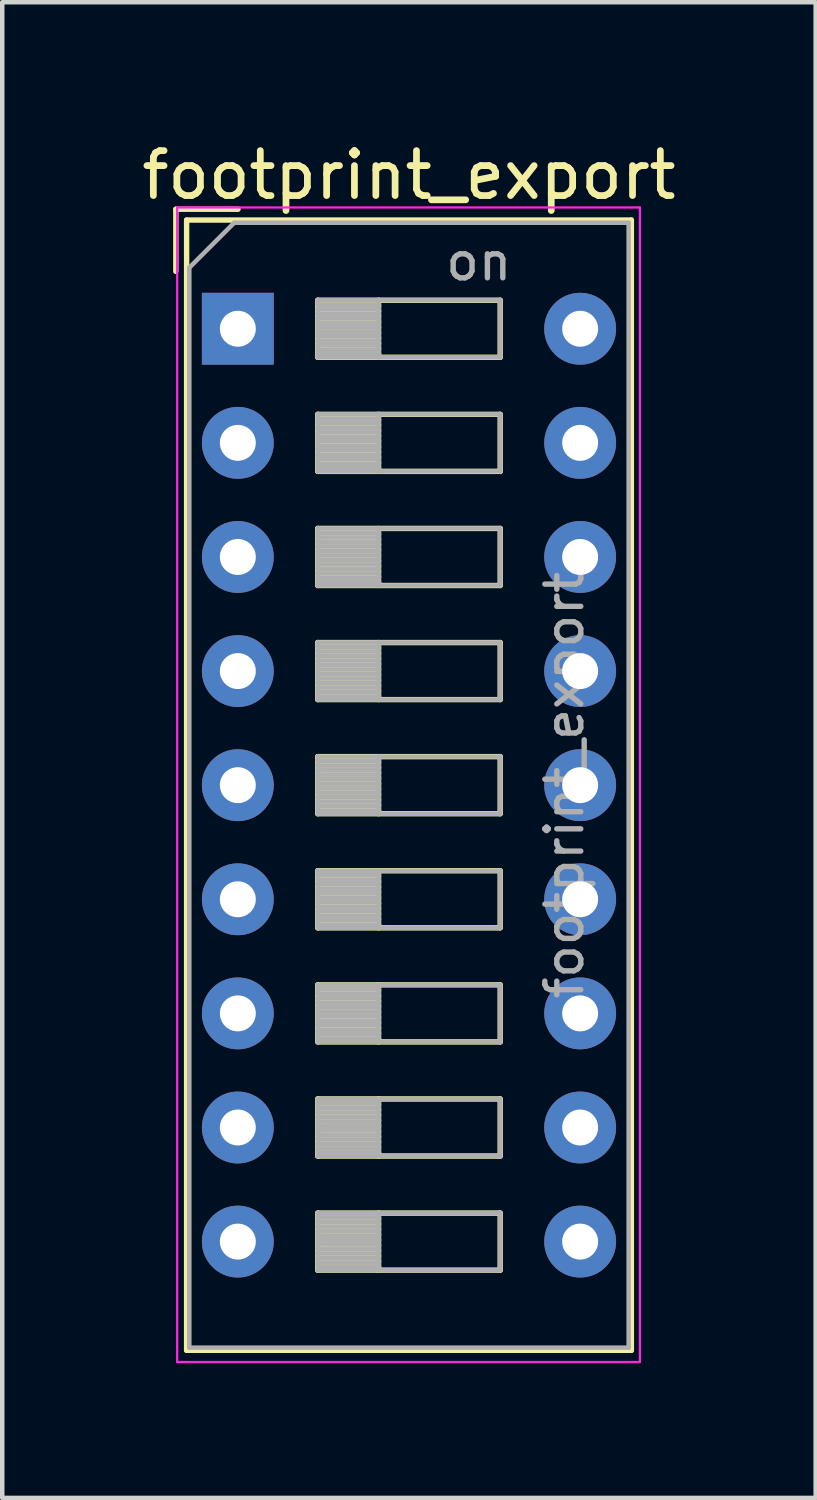
<source format=kicad_pcb>
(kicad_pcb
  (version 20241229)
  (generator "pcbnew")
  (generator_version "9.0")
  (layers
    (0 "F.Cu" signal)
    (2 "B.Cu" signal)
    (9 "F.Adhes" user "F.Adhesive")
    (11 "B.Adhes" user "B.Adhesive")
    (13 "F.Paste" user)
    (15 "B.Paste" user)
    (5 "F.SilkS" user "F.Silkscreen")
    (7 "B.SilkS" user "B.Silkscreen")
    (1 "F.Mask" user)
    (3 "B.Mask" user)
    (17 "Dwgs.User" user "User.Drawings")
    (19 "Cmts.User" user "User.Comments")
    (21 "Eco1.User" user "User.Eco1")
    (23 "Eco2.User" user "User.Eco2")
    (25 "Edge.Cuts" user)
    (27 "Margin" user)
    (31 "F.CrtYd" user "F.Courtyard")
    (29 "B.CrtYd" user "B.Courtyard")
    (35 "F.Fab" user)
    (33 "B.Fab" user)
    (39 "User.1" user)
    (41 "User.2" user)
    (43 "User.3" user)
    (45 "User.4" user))
  (footprint "footprint_export"
    (layer "F.Cu")
    (at 2.244 4.268)
    (property "Reference" "footprint_export" (at 3.81 -3.42 0) (layer "F.SilkS") (effects (font (size 1 1) (thickness 0.15))))
    (attr through_hole)
    (fp_line (start -1.38 -2.66) (end -1.38 -1.277) (stroke (width 0.12) (type solid)) (layer "F.SilkS"))
    (fp_line (start -1.38 -2.66) (end 0.004 -2.66) (stroke (width 0.12) (type solid)) (layer "F.SilkS"))
    (fp_line (start -1.14 -2.42) (end -1.14 22.74) (stroke (width 0.12) (type solid)) (layer "F.SilkS"))
    (fp_line (start -1.14 -2.42) (end 8.76 -2.42) (stroke (width 0.12) (type solid)) (layer "F.SilkS"))
    (fp_line (start -1.14 22.74) (end 8.76 22.74) (stroke (width 0.12) (type solid)) (layer "F.SilkS"))
    (fp_line (start 1.78 -0.635) (end 1.78 0.635) (stroke (width 0.12) (type solid)) (layer "F.SilkS"))
    (fp_line (start 1.78 -0.515) (end 3.133 -0.515) (stroke (width 0.12) (type solid)) (layer "F.SilkS"))
    (fp_line (start 1.78 -0.395) (end 3.133 -0.395) (stroke (width 0.12) (type solid)) (layer "F.SilkS"))
    (fp_line (start 1.78 -0.275) (end 3.133 -0.275) (stroke (width 0.12) (type solid)) (layer "F.SilkS"))
    (fp_line (start 1.78 -0.155) (end 3.133 -0.155) (stroke (width 0.12) (type solid)) (layer "F.SilkS"))
    (fp_line (start 1.78 -0.035) (end 3.133 -0.035) (stroke (width 0.12) (type solid)) (layer "F.SilkS"))
    (fp_line (start 1.78 0.085) (end 3.133 0.085) (stroke (width 0.12) (type solid)) (layer "F.SilkS"))
    (fp_line (start 1.78 0.205) (end 3.133 0.205) (stroke (width 0.12) (type solid)) (layer "F.SilkS"))
    (fp_line (start 1.78 0.325) (end 3.133 0.325) (stroke (width 0.12) (type solid)) (layer "F.SilkS"))
    (fp_line (start 1.78 0.445) (end 3.133 0.445) (stroke (width 0.12) (type solid)) (layer "F.SilkS"))
    (fp_line (start 1.78 0.565) (end 3.133 0.565) (stroke (width 0.12) (type solid)) (layer "F.SilkS"))
    (fp_line (start 1.78 0.635) (end 5.84 0.635) (stroke (width 0.12) (type solid)) (layer "F.SilkS"))
    (fp_line (start 1.78 1.905) (end 1.78 3.175) (stroke (width 0.12) (type solid)) (layer "F.SilkS"))
    (fp_line (start 1.78 2.025) (end 3.133 2.025) (stroke (width 0.12) (type solid)) (layer "F.SilkS"))
    (fp_line (start 1.78 2.145) (end 3.133 2.145) (stroke (width 0.12) (type solid)) (layer "F.SilkS"))
    (fp_line (start 1.78 2.265) (end 3.133 2.265) (stroke (width 0.12) (type solid)) (layer "F.SilkS"))
    (fp_line (start 1.78 2.385) (end 3.133 2.385) (stroke (width 0.12) (type solid)) (layer "F.SilkS"))
    (fp_line (start 1.78 2.505) (end 3.133 2.505) (stroke (width 0.12) (type solid)) (layer "F.SilkS"))
    (fp_line (start 1.78 2.625) (end 3.133 2.625) (stroke (width 0.12) (type solid)) (layer "F.SilkS"))
    (fp_line (start 1.78 2.745) (end 3.133 2.745) (stroke (width 0.12) (type solid)) (layer "F.SilkS"))
    (fp_line (start 1.78 2.865) (end 3.133 2.865) (stroke (width 0.12) (type solid)) (layer "F.SilkS"))
    (fp_line (start 1.78 2.985) (end 3.133 2.985) (stroke (width 0.12) (type solid)) (layer "F.SilkS"))
    (fp_line (start 1.78 3.105) (end 3.133 3.105) (stroke (width 0.12) (type solid)) (layer "F.SilkS"))
    (fp_line (start 1.78 3.175) (end 5.84 3.175) (stroke (width 0.12) (type solid)) (layer "F.SilkS"))
    (fp_line (start 1.78 4.445) (end 1.78 5.715) (stroke (width 0.12) (type solid)) (layer "F.SilkS"))
    (fp_line (start 1.78 4.565) (end 3.133 4.565) (stroke (width 0.12) (type solid)) (layer "F.SilkS"))
    (fp_line (start 1.78 4.685) (end 3.133 4.685) (stroke (width 0.12) (type solid)) (layer "F.SilkS"))
    (fp_line (start 1.78 4.805) (end 3.133 4.805) (stroke (width 0.12) (type solid)) (layer "F.SilkS"))
    (fp_line (start 1.78 4.925) (end 3.133 4.925) (stroke (width 0.12) (type solid)) (layer "F.SilkS"))
    (fp_line (start 1.78 5.045) (end 3.133 5.045) (stroke (width 0.12) (type solid)) (layer "F.SilkS"))
    (fp_line (start 1.78 5.165) (end 3.133 5.165) (stroke (width 0.12) (type solid)) (layer "F.SilkS"))
    (fp_line (start 1.78 5.285) (end 3.133 5.285) (stroke (width 0.12) (type solid)) (layer "F.SilkS"))
    (fp_line (start 1.78 5.405) (end 3.133 5.405) (stroke (width 0.12) (type solid)) (layer "F.SilkS"))
    (fp_line (start 1.78 5.525) (end 3.133 5.525) (stroke (width 0.12) (type solid)) (layer "F.SilkS"))
    (fp_line (start 1.78 5.645) (end 3.133 5.645) (stroke (width 0.12) (type solid)) (layer "F.SilkS"))
    (fp_line (start 1.78 5.715) (end 5.84 5.715) (stroke (width 0.12) (type solid)) (layer "F.SilkS"))
    (fp_line (start 1.78 6.985) (end 1.78 8.255) (stroke (width 0.12) (type solid)) (layer "F.SilkS"))
    (fp_line (start 1.78 7.105) (end 3.133 7.105) (stroke (width 0.12) (type solid)) (layer "F.SilkS"))
    (fp_line (start 1.78 7.225) (end 3.133 7.225) (stroke (width 0.12) (type solid)) (layer "F.SilkS"))
    (fp_line (start 1.78 7.345) (end 3.133 7.345) (stroke (width 0.12) (type solid)) (layer "F.SilkS"))
    (fp_line (start 1.78 7.465) (end 3.133 7.465) (stroke (width 0.12) (type solid)) (layer "F.SilkS"))
    (fp_line (start 1.78 7.585) (end 3.133 7.585) (stroke (width 0.12) (type solid)) (layer "F.SilkS"))
    (fp_line (start 1.78 7.705) (end 3.133 7.705) (stroke (width 0.12) (type solid)) (layer "F.SilkS"))
    (fp_line (start 1.78 7.825) (end 3.133 7.825) (stroke (width 0.12) (type solid)) (layer "F.SilkS"))
    (fp_line (start 1.78 7.945) (end 3.133 7.945) (stroke (width 0.12) (type solid)) (layer "F.SilkS"))
    (fp_line (start 1.78 8.065) (end 3.133 8.065) (stroke (width 0.12) (type solid)) (layer "F.SilkS"))
    (fp_line (start 1.78 8.185) (end 3.133 8.185) (stroke (width 0.12) (type solid)) (layer "F.SilkS"))
    (fp_line (start 1.78 8.255) (end 5.84 8.255) (stroke (width 0.12) (type solid)) (layer "F.SilkS"))
    (fp_line (start 1.78 9.525) (end 1.78 10.795) (stroke (width 0.12) (type solid)) (layer "F.SilkS"))
    (fp_line (start 1.78 9.645) (end 3.133 9.645) (stroke (width 0.12) (type solid)) (layer "F.SilkS"))
    (fp_line (start 1.78 9.765) (end 3.133 9.765) (stroke (width 0.12) (type solid)) (layer "F.SilkS"))
    (fp_line (start 1.78 9.885) (end 3.133 9.885) (stroke (width 0.12) (type solid)) (layer "F.SilkS"))
    (fp_line (start 1.78 10.005) (end 3.133 10.005) (stroke (width 0.12) (type solid)) (layer "F.SilkS"))
    (fp_line (start 1.78 10.125) (end 3.133 10.125) (stroke (width 0.12) (type solid)) (layer "F.SilkS"))
    (fp_line (start 1.78 10.245) (end 3.133 10.245) (stroke (width 0.12) (type solid)) (layer "F.SilkS"))
    (fp_line (start 1.78 10.365) (end 3.133 10.365) (stroke (width 0.12) (type solid)) (layer "F.SilkS"))
    (fp_line (start 1.78 10.485) (end 3.133 10.485) (stroke (width 0.12) (type solid)) (layer "F.SilkS"))
    (fp_line (start 1.78 10.605) (end 3.133 10.605) (stroke (width 0.12) (type solid)) (layer "F.SilkS"))
    (fp_line (start 1.78 10.725) (end 3.133 10.725) (stroke (width 0.12) (type solid)) (layer "F.SilkS"))
    (fp_line (start 1.78 10.795) (end 5.84 10.795) (stroke (width 0.12) (type solid)) (layer "F.SilkS"))
    (fp_line (start 1.78 12.065) (end 1.78 13.335) (stroke (width 0.12) (type solid)) (layer "F.SilkS"))
    (fp_line (start 1.78 12.185) (end 3.133 12.185) (stroke (width 0.12) (type solid)) (layer "F.SilkS"))
    (fp_line (start 1.78 12.305) (end 3.133 12.305) (stroke (width 0.12) (type solid)) (layer "F.SilkS"))
    (fp_line (start 1.78 12.425) (end 3.133 12.425) (stroke (width 0.12) (type solid)) (layer "F.SilkS"))
    (fp_line (start 1.78 12.545) (end 3.133 12.545) (stroke (width 0.12) (type solid)) (layer "F.SilkS"))
    (fp_line (start 1.78 12.665) (end 3.133 12.665) (stroke (width 0.12) (type solid)) (layer "F.SilkS"))
    (fp_line (start 1.78 12.785) (end 3.133 12.785) (stroke (width 0.12) (type solid)) (layer "F.SilkS"))
    (fp_line (start 1.78 12.905) (end 3.133 12.905) (stroke (width 0.12) (type solid)) (layer "F.SilkS"))
    (fp_line (start 1.78 13.025) (end 3.133 13.025) (stroke (width 0.12) (type solid)) (layer "F.SilkS"))
    (fp_line (start 1.78 13.145) (end 3.133 13.145) (stroke (width 0.12) (type solid)) (layer "F.SilkS"))
    (fp_line (start 1.78 13.265) (end 3.133 13.265) (stroke (width 0.12) (type solid)) (layer "F.SilkS"))
    (fp_line (start 1.78 13.335) (end 5.84 13.335) (stroke (width 0.12) (type solid)) (layer "F.SilkS"))
    (fp_line (start 1.78 14.605) (end 1.78 15.875) (stroke (width 0.12) (type solid)) (layer "F.SilkS"))
    (fp_line (start 1.78 14.725) (end 3.133 14.725) (stroke (width 0.12) (type solid)) (layer "F.SilkS"))
    (fp_line (start 1.78 14.845) (end 3.133 14.845) (stroke (width 0.12) (type solid)) (layer "F.SilkS"))
    (fp_line (start 1.78 14.965) (end 3.133 14.965) (stroke (width 0.12) (type solid)) (layer "F.SilkS"))
    (fp_line (start 1.78 15.085) (end 3.133 15.085) (stroke (width 0.12) (type solid)) (layer "F.SilkS"))
    (fp_line (start 1.78 15.205) (end 3.133 15.205) (stroke (width 0.12) (type solid)) (layer "F.SilkS"))
    (fp_line (start 1.78 15.325) (end 3.133 15.325) (stroke (width 0.12) (type solid)) (layer "F.SilkS"))
    (fp_line (start 1.78 15.445) (end 3.133 15.445) (stroke (width 0.12) (type solid)) (layer "F.SilkS"))
    (fp_line (start 1.78 15.565) (end 3.133 15.565) (stroke (width 0.12) (type solid)) (layer "F.SilkS"))
    (fp_line (start 1.78 15.685) (end 3.133 15.685) (stroke (width 0.12) (type solid)) (layer "F.SilkS"))
    (fp_line (start 1.78 15.805) (end 3.133 15.805) (stroke (width 0.12) (type solid)) (layer "F.SilkS"))
    (fp_line (start 1.78 15.875) (end 5.84 15.875) (stroke (width 0.12) (type solid)) (layer "F.SilkS"))
    (fp_line (start 1.78 17.145) (end 1.78 18.415) (stroke (width 0.12) (type solid)) (layer "F.SilkS"))
    (fp_line (start 1.78 17.265) (end 3.133 17.265) (stroke (width 0.12) (type solid)) (layer "F.SilkS"))
    (fp_line (start 1.78 17.385) (end 3.133 17.385) (stroke (width 0.12) (type solid)) (layer "F.SilkS"))
    (fp_line (start 1.78 17.505) (end 3.133 17.505) (stroke (width 0.12) (type solid)) (layer "F.SilkS"))
    (fp_line (start 1.78 17.625) (end 3.133 17.625) (stroke (width 0.12) (type solid)) (layer "F.SilkS"))
    (fp_line (start 1.78 17.745) (end 3.133 17.745) (stroke (width 0.12) (type solid)) (layer "F.SilkS"))
    (fp_line (start 1.78 17.865) (end 3.133 17.865) (stroke (width 0.12) (type solid)) (layer "F.SilkS"))
    (fp_line (start 1.78 17.985) (end 3.133 17.985) (stroke (width 0.12) (type solid)) (layer "F.SilkS"))
    (fp_line (start 1.78 18.105) (end 3.133 18.105) (stroke (width 0.12) (type solid)) (layer "F.SilkS"))
    (fp_line (start 1.78 18.225) (end 3.133 18.225) (stroke (width 0.12) (type solid)) (layer "F.SilkS"))
    (fp_line (start 1.78 18.345) (end 3.133 18.345) (stroke (width 0.12) (type solid)) (layer "F.SilkS"))
    (fp_line (start 1.78 18.415) (end 5.84 18.415) (stroke (width 0.12) (type solid)) (layer "F.SilkS"))
    (fp_line (start 1.78 19.685) (end 1.78 20.955) (stroke (width 0.12) (type solid)) (layer "F.SilkS"))
    (fp_line (start 1.78 19.805) (end 3.133 19.805) (stroke (width 0.12) (type solid)) (layer "F.SilkS"))
    (fp_line (start 1.78 19.925) (end 3.133 19.925) (stroke (width 0.12) (type solid)) (layer "F.SilkS"))
    (fp_line (start 1.78 20.045) (end 3.133 20.045) (stroke (width 0.12) (type solid)) (layer "F.SilkS"))
    (fp_line (start 1.78 20.165) (end 3.133 20.165) (stroke (width 0.12) (type solid)) (layer "F.SilkS"))
    (fp_line (start 1.78 20.285) (end 3.133 20.285) (stroke (width 0.12) (type solid)) (layer "F.SilkS"))
    (fp_line (start 1.78 20.405) (end 3.133 20.405) (stroke (width 0.12) (type solid)) (layer "F.SilkS"))
    (fp_line (start 1.78 20.525) (end 3.133 20.525) (stroke (width 0.12) (type solid)) (layer "F.SilkS"))
    (fp_line (start 1.78 20.645) (end 3.133 20.645) (stroke (width 0.12) (type solid)) (layer "F.SilkS"))
    (fp_line (start 1.78 20.765) (end 3.133 20.765) (stroke (width 0.12) (type solid)) (layer "F.SilkS"))
    (fp_line (start 1.78 20.885) (end 3.133 20.885) (stroke (width 0.12) (type solid)) (layer "F.SilkS"))
    (fp_line (start 1.78 20.955) (end 5.84 20.955) (stroke (width 0.12) (type solid)) (layer "F.SilkS"))
    (fp_line (start 3.133 -0.635) (end 3.133 0.635) (stroke (width 0.12) (type solid)) (layer "F.SilkS"))
    (fp_line (start 3.133 1.905) (end 3.133 3.175) (stroke (width 0.12) (type solid)) (layer "F.SilkS"))
    (fp_line (start 3.133 4.445) (end 3.133 5.715) (stroke (width 0.12) (type solid)) (layer "F.SilkS"))
    (fp_line (start 3.133 6.985) (end 3.133 8.255) (stroke (width 0.12) (type solid)) (layer "F.SilkS"))
    (fp_line (start 3.133 9.525) (end 3.133 10.795) (stroke (width 0.12) (type solid)) (layer "F.SilkS"))
    (fp_line (start 3.133 12.065) (end 3.133 13.335) (stroke (width 0.12) (type solid)) (layer "F.SilkS"))
    (fp_line (start 3.133 14.605) (end 3.133 15.875) (stroke (width 0.12) (type solid)) (layer "F.SilkS"))
    (fp_line (start 3.133 17.145) (end 3.133 18.415) (stroke (width 0.12) (type solid)) (layer "F.SilkS"))
    (fp_line (start 3.133 19.685) (end 3.133 20.955) (stroke (width 0.12) (type solid)) (layer "F.SilkS"))
    (fp_line (start 5.84 -0.635) (end 1.78 -0.635) (stroke (width 0.12) (type solid)) (layer "F.SilkS"))
    (fp_line (start 5.84 0.635) (end 5.84 -0.635) (stroke (width 0.12) (type solid)) (layer "F.SilkS"))
    (fp_line (start 5.84 1.905) (end 1.78 1.905) (stroke (width 0.12) (type solid)) (layer "F.SilkS"))
    (fp_line (start 5.84 3.175) (end 5.84 1.905) (stroke (width 0.12) (type solid)) (layer "F.SilkS"))
    (fp_line (start 5.84 4.445) (end 1.78 4.445) (stroke (width 0.12) (type solid)) (layer "F.SilkS"))
    (fp_line (start 5.84 5.715) (end 5.84 4.445) (stroke (width 0.12) (type solid)) (layer "F.SilkS"))
    (fp_line (start 5.84 6.985) (end 1.78 6.985) (stroke (width 0.12) (type solid)) (layer "F.SilkS"))
    (fp_line (start 5.84 8.255) (end 5.84 6.985) (stroke (width 0.12) (type solid)) (layer "F.SilkS"))
    (fp_line (start 5.84 9.525) (end 1.78 9.525) (stroke (width 0.12) (type solid)) (layer "F.SilkS"))
    (fp_line (start 5.84 10.795) (end 5.84 9.525) (stroke (width 0.12) (type solid)) (layer "F.SilkS"))
    (fp_line (start 5.84 12.065) (end 1.78 12.065) (stroke (width 0.12) (type solid)) (layer "F.SilkS"))
    (fp_line (start 5.84 13.335) (end 5.84 12.065) (stroke (width 0.12) (type solid)) (layer "F.SilkS"))
    (fp_line (start 5.84 14.605) (end 1.78 14.605) (stroke (width 0.12) (type solid)) (layer "F.SilkS"))
    (fp_line (start 5.84 15.875) (end 5.84 14.605) (stroke (width 0.12) (type solid)) (layer "F.SilkS"))
    (fp_line (start 5.84 17.145) (end 1.78 17.145) (stroke (width 0.12) (type solid)) (layer "F.SilkS"))
    (fp_line (start 5.84 18.415) (end 5.84 17.145) (stroke (width 0.12) (type solid)) (layer "F.SilkS"))
    (fp_line (start 5.84 19.685) (end 1.78 19.685) (stroke (width 0.12) (type solid)) (layer "F.SilkS"))
    (fp_line (start 5.84 20.955) (end 5.84 19.685) (stroke (width 0.12) (type solid)) (layer "F.SilkS"))
    (fp_line (start 8.76 -2.42) (end 8.76 22.74) (stroke (width 0.12) (type solid)) (layer "F.SilkS"))
    (fp_line (start -1.35 -2.7) (end -1.35 23) (stroke (width 0.05) (type solid)) (layer "F.CrtYd"))
    (fp_line (start -1.35 23) (end 8.95 23) (stroke (width 0.05) (type solid)) (layer "F.CrtYd"))
    (fp_line (start 8.95 -2.7) (end -1.35 -2.7) (stroke (width 0.05) (type solid)) (layer "F.CrtYd"))
    (fp_line (start 8.95 23) (end 8.95 -2.7) (stroke (width 0.05) (type solid)) (layer "F.CrtYd"))
    (fp_line (start -1.08 -1.36) (end -0.08 -2.36) (stroke (width 0.1) (type solid)) (layer "F.Fab"))
    (fp_line (start -1.08 22.68) (end -1.08 -1.36) (stroke (width 0.1) (type solid)) (layer "F.Fab"))
    (fp_line (start -0.08 -2.36) (end 8.7 -2.36) (stroke (width 0.1) (type solid)) (layer "F.Fab"))
    (fp_line (start 1.78 -0.635) (end 1.78 0.635) (stroke (width 0.1) (type solid)) (layer "F.Fab"))
    (fp_line (start 1.78 -0.535) (end 3.133 -0.535) (stroke (width 0.1) (type solid)) (layer "F.Fab"))
    (fp_line (start 1.78 -0.435) (end 3.133 -0.435) (stroke (width 0.1) (type solid)) (layer "F.Fab"))
    (fp_line (start 1.78 -0.335) (end 3.133 -0.335) (stroke (width 0.1) (type solid)) (layer "F.Fab"))
    (fp_line (start 1.78 -0.235) (end 3.133 -0.235) (stroke (width 0.1) (type solid)) (layer "F.Fab"))
    (fp_line (start 1.78 -0.135) (end 3.133 -0.135) (stroke (width 0.1) (type solid)) (layer "F.Fab"))
    (fp_line (start 1.78 -0.035) (end 3.133 -0.035) (stroke (width 0.1) (type solid)) (layer "F.Fab"))
    (fp_line (start 1.78 0.065) (end 3.133 0.065) (stroke (width 0.1) (type solid)) (layer "F.Fab"))
    (fp_line (start 1.78 0.165) (end 3.133 0.165) (stroke (width 0.1) (type solid)) (layer "F.Fab"))
    (fp_line (start 1.78 0.265) (end 3.133 0.265) (stroke (width 0.1) (type solid)) (layer "F.Fab"))
    (fp_line (start 1.78 0.365) (end 3.133 0.365) (stroke (width 0.1) (type solid)) (layer "F.Fab"))
    (fp_line (start 1.78 0.465) (end 3.133 0.465) (stroke (width 0.1) (type solid)) (layer "F.Fab"))
    (fp_line (start 1.78 0.565) (end 3.133 0.565) (stroke (width 0.1) (type solid)) (layer "F.Fab"))
    (fp_line (start 1.78 0.635) (end 5.84 0.635) (stroke (width 0.1) (type solid)) (layer "F.Fab"))
    (fp_line (start 1.78 1.905) (end 1.78 3.175) (stroke (width 0.1) (type solid)) (layer "F.Fab"))
    (fp_line (start 1.78 2.005) (end 3.133 2.005) (stroke (width 0.1) (type solid)) (layer "F.Fab"))
    (fp_line (start 1.78 2.105) (end 3.133 2.105) (stroke (width 0.1) (type solid)) (layer "F.Fab"))
    (fp_line (start 1.78 2.205) (end 3.133 2.205) (stroke (width 0.1) (type solid)) (layer "F.Fab"))
    (fp_line (start 1.78 2.305) (end 3.133 2.305) (stroke (width 0.1) (type solid)) (layer "F.Fab"))
    (fp_line (start 1.78 2.405) (end 3.133 2.405) (stroke (width 0.1) (type solid)) (layer "F.Fab"))
    (fp_line (start 1.78 2.505) (end 3.133 2.505) (stroke (width 0.1) (type solid)) (layer "F.Fab"))
    (fp_line (start 1.78 2.605) (end 3.133 2.605) (stroke (width 0.1) (type solid)) (layer "F.Fab"))
    (fp_line (start 1.78 2.705) (end 3.133 2.705) (stroke (width 0.1) (type solid)) (layer "F.Fab"))
    (fp_line (start 1.78 2.805) (end 3.133 2.805) (stroke (width 0.1) (type solid)) (layer "F.Fab"))
    (fp_line (start 1.78 2.905) (end 3.133 2.905) (stroke (width 0.1) (type solid)) (layer "F.Fab"))
    (fp_line (start 1.78 3.005) (end 3.133 3.005) (stroke (width 0.1) (type solid)) (layer "F.Fab"))
    (fp_line (start 1.78 3.105) (end 3.133 3.105) (stroke (width 0.1) (type solid)) (layer "F.Fab"))
    (fp_line (start 1.78 3.175) (end 5.84 3.175) (stroke (width 0.1) (type solid)) (layer "F.Fab"))
    (fp_line (start 1.78 4.445) (end 1.78 5.715) (stroke (width 0.1) (type solid)) (layer "F.Fab"))
    (fp_line (start 1.78 4.545) (end 3.133 4.545) (stroke (width 0.1) (type solid)) (layer "F.Fab"))
    (fp_line (start 1.78 4.645) (end 3.133 4.645) (stroke (width 0.1) (type solid)) (layer "F.Fab"))
    (fp_line (start 1.78 4.745) (end 3.133 4.745) (stroke (width 0.1) (type solid)) (layer "F.Fab"))
    (fp_line (start 1.78 4.845) (end 3.133 4.845) (stroke (width 0.1) (type solid)) (layer "F.Fab"))
    (fp_line (start 1.78 4.945) (end 3.133 4.945) (stroke (width 0.1) (type solid)) (layer "F.Fab"))
    (fp_line (start 1.78 5.045) (end 3.133 5.045) (stroke (width 0.1) (type solid)) (layer "F.Fab"))
    (fp_line (start 1.78 5.145) (end 3.133 5.145) (stroke (width 0.1) (type solid)) (layer "F.Fab"))
    (fp_line (start 1.78 5.245) (end 3.133 5.245) (stroke (width 0.1) (type solid)) (layer "F.Fab"))
    (fp_line (start 1.78 5.345) (end 3.133 5.345) (stroke (width 0.1) (type solid)) (layer "F.Fab"))
    (fp_line (start 1.78 5.445) (end 3.133 5.445) (stroke (width 0.1) (type solid)) (layer "F.Fab"))
    (fp_line (start 1.78 5.545) (end 3.133 5.545) (stroke (width 0.1) (type solid)) (layer "F.Fab"))
    (fp_line (start 1.78 5.645) (end 3.133 5.645) (stroke (width 0.1) (type solid)) (layer "F.Fab"))
    (fp_line (start 1.78 5.715) (end 5.84 5.715) (stroke (width 0.1) (type solid)) (layer "F.Fab"))
    (fp_line (start 1.78 6.985) (end 1.78 8.255) (stroke (width 0.1) (type solid)) (layer "F.Fab"))
    (fp_line (start 1.78 7.085) (end 3.133 7.085) (stroke (width 0.1) (type solid)) (layer "F.Fab"))
    (fp_line (start 1.78 7.185) (end 3.133 7.185) (stroke (width 0.1) (type solid)) (layer "F.Fab"))
    (fp_line (start 1.78 7.285) (end 3.133 7.285) (stroke (width 0.1) (type solid)) (layer "F.Fab"))
    (fp_line (start 1.78 7.385) (end 3.133 7.385) (stroke (width 0.1) (type solid)) (layer "F.Fab"))
    (fp_line (start 1.78 7.485) (end 3.133 7.485) (stroke (width 0.1) (type solid)) (layer "F.Fab"))
    (fp_line (start 1.78 7.585) (end 3.133 7.585) (stroke (width 0.1) (type solid)) (layer "F.Fab"))
    (fp_line (start 1.78 7.685) (end 3.133 7.685) (stroke (width 0.1) (type solid)) (layer "F.Fab"))
    (fp_line (start 1.78 7.785) (end 3.133 7.785) (stroke (width 0.1) (type solid)) (layer "F.Fab"))
    (fp_line (start 1.78 7.885) (end 3.133 7.885) (stroke (width 0.1) (type solid)) (layer "F.Fab"))
    (fp_line (start 1.78 7.985) (end 3.133 7.985) (stroke (width 0.1) (type solid)) (layer "F.Fab"))
    (fp_line (start 1.78 8.085) (end 3.133 8.085) (stroke (width 0.1) (type solid)) (layer "F.Fab"))
    (fp_line (start 1.78 8.185) (end 3.133 8.185) (stroke (width 0.1) (type solid)) (layer "F.Fab"))
    (fp_line (start 1.78 8.255) (end 5.84 8.255) (stroke (width 0.1) (type solid)) (layer "F.Fab"))
    (fp_line (start 1.78 9.525) (end 1.78 10.795) (stroke (width 0.1) (type solid)) (layer "F.Fab"))
    (fp_line (start 1.78 9.625) (end 3.133 9.625) (stroke (width 0.1) (type solid)) (layer "F.Fab"))
    (fp_line (start 1.78 9.725) (end 3.133 9.725) (stroke (width 0.1) (type solid)) (layer "F.Fab"))
    (fp_line (start 1.78 9.825) (end 3.133 9.825) (stroke (width 0.1) (type solid)) (layer "F.Fab"))
    (fp_line (start 1.78 9.925) (end 3.133 9.925) (stroke (width 0.1) (type solid)) (layer "F.Fab"))
    (fp_line (start 1.78 10.025) (end 3.133 10.025) (stroke (width 0.1) (type solid)) (layer "F.Fab"))
    (fp_line (start 1.78 10.125) (end 3.133 10.125) (stroke (width 0.1) (type solid)) (layer "F.Fab"))
    (fp_line (start 1.78 10.225) (end 3.133 10.225) (stroke (width 0.1) (type solid)) (layer "F.Fab"))
    (fp_line (start 1.78 10.325) (end 3.133 10.325) (stroke (width 0.1) (type solid)) (layer "F.Fab"))
    (fp_line (start 1.78 10.425) (end 3.133 10.425) (stroke (width 0.1) (type solid)) (layer "F.Fab"))
    (fp_line (start 1.78 10.525) (end 3.133 10.525) (stroke (width 0.1) (type solid)) (layer "F.Fab"))
    (fp_line (start 1.78 10.625) (end 3.133 10.625) (stroke (width 0.1) (type solid)) (layer "F.Fab"))
    (fp_line (start 1.78 10.725) (end 3.133 10.725) (stroke (width 0.1) (type solid)) (layer "F.Fab"))
    (fp_line (start 1.78 10.795) (end 5.84 10.795) (stroke (width 0.1) (type solid)) (layer "F.Fab"))
    (fp_line (start 1.78 12.065) (end 1.78 13.335) (stroke (width 0.1) (type solid)) (layer "F.Fab"))
    (fp_line (start 1.78 12.165) (end 3.133 12.165) (stroke (width 0.1) (type solid)) (layer "F.Fab"))
    (fp_line (start 1.78 12.265) (end 3.133 12.265) (stroke (width 0.1) (type solid)) (layer "F.Fab"))
    (fp_line (start 1.78 12.365) (end 3.133 12.365) (stroke (width 0.1) (type solid)) (layer "F.Fab"))
    (fp_line (start 1.78 12.465) (end 3.133 12.465) (stroke (width 0.1) (type solid)) (layer "F.Fab"))
    (fp_line (start 1.78 12.565) (end 3.133 12.565) (stroke (width 0.1) (type solid)) (layer "F.Fab"))
    (fp_line (start 1.78 12.665) (end 3.133 12.665) (stroke (width 0.1) (type solid)) (layer "F.Fab"))
    (fp_line (start 1.78 12.765) (end 3.133 12.765) (stroke (width 0.1) (type solid)) (layer "F.Fab"))
    (fp_line (start 1.78 12.865) (end 3.133 12.865) (stroke (width 0.1) (type solid)) (layer "F.Fab"))
    (fp_line (start 1.78 12.965) (end 3.133 12.965) (stroke (width 0.1) (type solid)) (layer "F.Fab"))
    (fp_line (start 1.78 13.065) (end 3.133 13.065) (stroke (width 0.1) (type solid)) (layer "F.Fab"))
    (fp_line (start 1.78 13.165) (end 3.133 13.165) (stroke (width 0.1) (type solid)) (layer "F.Fab"))
    (fp_line (start 1.78 13.265) (end 3.133 13.265) (stroke (width 0.1) (type solid)) (layer "F.Fab"))
    (fp_line (start 1.78 13.335) (end 5.84 13.335) (stroke (width 0.1) (type solid)) (layer "F.Fab"))
    (fp_line (start 1.78 14.605) (end 1.78 15.875) (stroke (width 0.1) (type solid)) (layer "F.Fab"))
    (fp_line (start 1.78 14.705) (end 3.133 14.705) (stroke (width 0.1) (type solid)) (layer "F.Fab"))
    (fp_line (start 1.78 14.805) (end 3.133 14.805) (stroke (width 0.1) (type solid)) (layer "F.Fab"))
    (fp_line (start 1.78 14.905) (end 3.133 14.905) (stroke (width 0.1) (type solid)) (layer "F.Fab"))
    (fp_line (start 1.78 15.005) (end 3.133 15.005) (stroke (width 0.1) (type solid)) (layer "F.Fab"))
    (fp_line (start 1.78 15.105) (end 3.133 15.105) (stroke (width 0.1) (type solid)) (layer "F.Fab"))
    (fp_line (start 1.78 15.205) (end 3.133 15.205) (stroke (width 0.1) (type solid)) (layer "F.Fab"))
    (fp_line (start 1.78 15.305) (end 3.133 15.305) (stroke (width 0.1) (type solid)) (layer "F.Fab"))
    (fp_line (start 1.78 15.405) (end 3.133 15.405) (stroke (width 0.1) (type solid)) (layer "F.Fab"))
    (fp_line (start 1.78 15.505) (end 3.133 15.505) (stroke (width 0.1) (type solid)) (layer "F.Fab"))
    (fp_line (start 1.78 15.605) (end 3.133 15.605) (stroke (width 0.1) (type solid)) (layer "F.Fab"))
    (fp_line (start 1.78 15.705) (end 3.133 15.705) (stroke (width 0.1) (type solid)) (layer "F.Fab"))
    (fp_line (start 1.78 15.805) (end 3.133 15.805) (stroke (width 0.1) (type solid)) (layer "F.Fab"))
    (fp_line (start 1.78 15.875) (end 5.84 15.875) (stroke (width 0.1) (type solid)) (layer "F.Fab"))
    (fp_line (start 1.78 17.145) (end 1.78 18.415) (stroke (width 0.1) (type solid)) (layer "F.Fab"))
    (fp_line (start 1.78 17.245) (end 3.133 17.245) (stroke (width 0.1) (type solid)) (layer "F.Fab"))
    (fp_line (start 1.78 17.345) (end 3.133 17.345) (stroke (width 0.1) (type solid)) (layer "F.Fab"))
    (fp_line (start 1.78 17.445) (end 3.133 17.445) (stroke (width 0.1) (type solid)) (layer "F.Fab"))
    (fp_line (start 1.78 17.545) (end 3.133 17.545) (stroke (width 0.1) (type solid)) (layer "F.Fab"))
    (fp_line (start 1.78 17.645) (end 3.133 17.645) (stroke (width 0.1) (type solid)) (layer "F.Fab"))
    (fp_line (start 1.78 17.745) (end 3.133 17.745) (stroke (width 0.1) (type solid)) (layer "F.Fab"))
    (fp_line (start 1.78 17.845) (end 3.133 17.845) (stroke (width 0.1) (type solid)) (layer "F.Fab"))
    (fp_line (start 1.78 17.945) (end 3.133 17.945) (stroke (width 0.1) (type solid)) (layer "F.Fab"))
    (fp_line (start 1.78 18.045) (end 3.133 18.045) (stroke (width 0.1) (type solid)) (layer "F.Fab"))
    (fp_line (start 1.78 18.145) (end 3.133 18.145) (stroke (width 0.1) (type solid)) (layer "F.Fab"))
    (fp_line (start 1.78 18.245) (end 3.133 18.245) (stroke (width 0.1) (type solid)) (layer "F.Fab"))
    (fp_line (start 1.78 18.345) (end 3.133 18.345) (stroke (width 0.1) (type solid)) (layer "F.Fab"))
    (fp_line (start 1.78 18.415) (end 5.84 18.415) (stroke (width 0.1) (type solid)) (layer "F.Fab"))
    (fp_line (start 1.78 19.685) (end 1.78 20.955) (stroke (width 0.1) (type solid)) (layer "F.Fab"))
    (fp_line (start 1.78 19.785) (end 3.133 19.785) (stroke (width 0.1) (type solid)) (layer "F.Fab"))
    (fp_line (start 1.78 19.885) (end 3.133 19.885) (stroke (width 0.1) (type solid)) (layer "F.Fab"))
    (fp_line (start 1.78 19.985) (end 3.133 19.985) (stroke (width 0.1) (type solid)) (layer "F.Fab"))
    (fp_line (start 1.78 20.085) (end 3.133 20.085) (stroke (width 0.1) (type solid)) (layer "F.Fab"))
    (fp_line (start 1.78 20.185) (end 3.133 20.185) (stroke (width 0.1) (type solid)) (layer "F.Fab"))
    (fp_line (start 1.78 20.285) (end 3.133 20.285) (stroke (width 0.1) (type solid)) (layer "F.Fab"))
    (fp_line (start 1.78 20.385) (end 3.133 20.385) (stroke (width 0.1) (type solid)) (layer "F.Fab"))
    (fp_line (start 1.78 20.485) (end 3.133 20.485) (stroke (width 0.1) (type solid)) (layer "F.Fab"))
    (fp_line (start 1.78 20.585) (end 3.133 20.585) (stroke (width 0.1) (type solid)) (layer "F.Fab"))
    (fp_line (start 1.78 20.685) (end 3.133 20.685) (stroke (width 0.1) (type solid)) (layer "F.Fab"))
    (fp_line (start 1.78 20.785) (end 3.133 20.785) (stroke (width 0.1) (type solid)) (layer "F.Fab"))
    (fp_line (start 1.78 20.885) (end 3.133 20.885) (stroke (width 0.1) (type solid)) (layer "F.Fab"))
    (fp_line (start 1.78 20.955) (end 5.84 20.955) (stroke (width 0.1) (type solid)) (layer "F.Fab"))
    (fp_line (start 3.133 -0.635) (end 3.133 0.635) (stroke (width 0.1) (type solid)) (layer "F.Fab"))
    (fp_line (start 3.133 1.905) (end 3.133 3.175) (stroke (width 0.1) (type solid)) (layer "F.Fab"))
    (fp_line (start 3.133 4.445) (end 3.133 5.715) (stroke (width 0.1) (type solid)) (layer "F.Fab"))
    (fp_line (start 3.133 6.985) (end 3.133 8.255) (stroke (width 0.1) (type solid)) (layer "F.Fab"))
    (fp_line (start 3.133 9.525) (end 3.133 10.795) (stroke (width 0.1) (type solid)) (layer "F.Fab"))
    (fp_line (start 3.133 12.065) (end 3.133 13.335) (stroke (width 0.1) (type solid)) (layer "F.Fab"))
    (fp_line (start 3.133 14.605) (end 3.133 15.875) (stroke (width 0.1) (type solid)) (layer "F.Fab"))
    (fp_line (start 3.133 17.145) (end 3.133 18.415) (stroke (width 0.1) (type solid)) (layer "F.Fab"))
    (fp_line (start 3.133 19.685) (end 3.133 20.955) (stroke (width 0.1) (type solid)) (layer "F.Fab"))
    (fp_line (start 5.84 -0.635) (end 1.78 -0.635) (stroke (width 0.1) (type solid)) (layer "F.Fab"))
    (fp_line (start 5.84 0.635) (end 5.84 -0.635) (stroke (width 0.1) (type solid)) (layer "F.Fab"))
    (fp_line (start 5.84 1.905) (end 1.78 1.905) (stroke (width 0.1) (type solid)) (layer "F.Fab"))
    (fp_line (start 5.84 3.175) (end 5.84 1.905) (stroke (width 0.1) (type solid)) (layer "F.Fab"))
    (fp_line (start 5.84 4.445) (end 1.78 4.445) (stroke (width 0.1) (type solid)) (layer "F.Fab"))
    (fp_line (start 5.84 5.715) (end 5.84 4.445) (stroke (width 0.1) (type solid)) (layer "F.Fab"))
    (fp_line (start 5.84 6.985) (end 1.78 6.985) (stroke (width 0.1) (type solid)) (layer "F.Fab"))
    (fp_line (start 5.84 8.255) (end 5.84 6.985) (stroke (width 0.1) (type solid)) (layer "F.Fab"))
    (fp_line (start 5.84 9.525) (end 1.78 9.525) (stroke (width 0.1) (type solid)) (layer "F.Fab"))
    (fp_line (start 5.84 10.795) (end 5.84 9.525) (stroke (width 0.1) (type solid)) (layer "F.Fab"))
    (fp_line (start 5.84 12.065) (end 1.78 12.065) (stroke (width 0.1) (type solid)) (layer "F.Fab"))
    (fp_line (start 5.84 13.335) (end 5.84 12.065) (stroke (width 0.1) (type solid)) (layer "F.Fab"))
    (fp_line (start 5.84 14.605) (end 1.78 14.605) (stroke (width 0.1) (type solid)) (layer "F.Fab"))
    (fp_line (start 5.84 15.875) (end 5.84 14.605) (stroke (width 0.1) (type solid)) (layer "F.Fab"))
    (fp_line (start 5.84 17.145) (end 1.78 17.145) (stroke (width 0.1) (type solid)) (layer "F.Fab"))
    (fp_line (start 5.84 18.415) (end 5.84 17.145) (stroke (width 0.1) (type solid)) (layer "F.Fab"))
    (fp_line (start 5.84 19.685) (end 1.78 19.685) (stroke (width 0.1) (type solid)) (layer "F.Fab"))
    (fp_line (start 5.84 20.955) (end 5.84 19.685) (stroke (width 0.1) (type solid)) (layer "F.Fab"))
    (fp_line (start 8.7 -2.36) (end 8.7 22.68) (stroke (width 0.1) (type solid)) (layer "F.Fab"))
    (fp_line (start 8.7 22.68) (end -1.08 22.68) (stroke (width 0.1) (type solid)) (layer "F.Fab"))
    (fp_text user "${REFERENCE}" (at 7.27 10.16 90) (layer "F.Fab") (effects (font (size 0.8 0.8) (thickness 0.12))))
    (fp_text user "on" (at 5.365 -1.498 0) (layer "F.Fab") (effects (font (size 0.8 0.8) (thickness 0.12))))
    (pad "1" thru_hole rect (at 0 0) (size 1.6 1.6) (drill 0.8) (layers "*.Cu" "*.Mask"))
    (pad "2" thru_hole oval (at 0 2.54) (size 1.6 1.6) (drill 0.8) (layers "*.Cu" "*.Mask"))
    (pad "3" thru_hole oval (at 0 5.08) (size 1.6 1.6) (drill 0.8) (layers "*.Cu" "*.Mask"))
    (pad "4" thru_hole oval (at 0 7.62) (size 1.6 1.6) (drill 0.8) (layers "*.Cu" "*.Mask"))
    (pad "5" thru_hole oval (at 0 10.16) (size 1.6 1.6) (drill 0.8) (layers "*.Cu" "*.Mask"))
    (pad "6" thru_hole oval (at 0 12.7) (size 1.6 1.6) (drill 0.8) (layers "*.Cu" "*.Mask"))
    (pad "7" thru_hole oval (at 0 15.24) (size 1.6 1.6) (drill 0.8) (layers "*.Cu" "*.Mask"))
    (pad "8" thru_hole oval (at 0 17.78) (size 1.6 1.6) (drill 0.8) (layers "*.Cu" "*.Mask"))
    (pad "9" thru_hole oval (at 0 20.32) (size 1.6 1.6) (drill 0.8) (layers "*.Cu" "*.Mask"))
    (pad "10" thru_hole oval (at 7.62 20.32) (size 1.6 1.6) (drill 0.8) (layers "*.Cu" "*.Mask"))
    (pad "11" thru_hole oval (at 7.62 17.78) (size 1.6 1.6) (drill 0.8) (layers "*.Cu" "*.Mask"))
    (pad "12" thru_hole oval (at 7.62 15.24) (size 1.6 1.6) (drill 0.8) (layers "*.Cu" "*.Mask"))
    (pad "13" thru_hole oval (at 7.62 12.7) (size 1.6 1.6) (drill 0.8) (layers "*.Cu" "*.Mask"))
    (pad "14" thru_hole oval (at 7.62 10.16) (size 1.6 1.6) (drill 0.8) (layers "*.Cu" "*.Mask"))
    (pad "15" thru_hole oval (at 7.62 7.62) (size 1.6 1.6) (drill 0.8) (layers "*.Cu" "*.Mask"))
    (pad "16" thru_hole oval (at 7.62 5.08) (size 1.6 1.6) (drill 0.8) (layers "*.Cu" "*.Mask"))
    (pad "17" thru_hole oval (at 7.62 2.54) (size 1.6 1.6) (drill 0.8) (layers "*.Cu" "*.Mask"))
    (pad "18" thru_hole oval (at 7.62 0) (size 1.6 1.6) (drill 0.8) (layers "*.Cu" "*.Mask")))
  (gr_rect
    (start -3 -3)
    (end 15.107 30.293)
    (stroke (width 0.1) (type default))
    (fill no)
    (layer "Edge.Cuts")))
</source>
